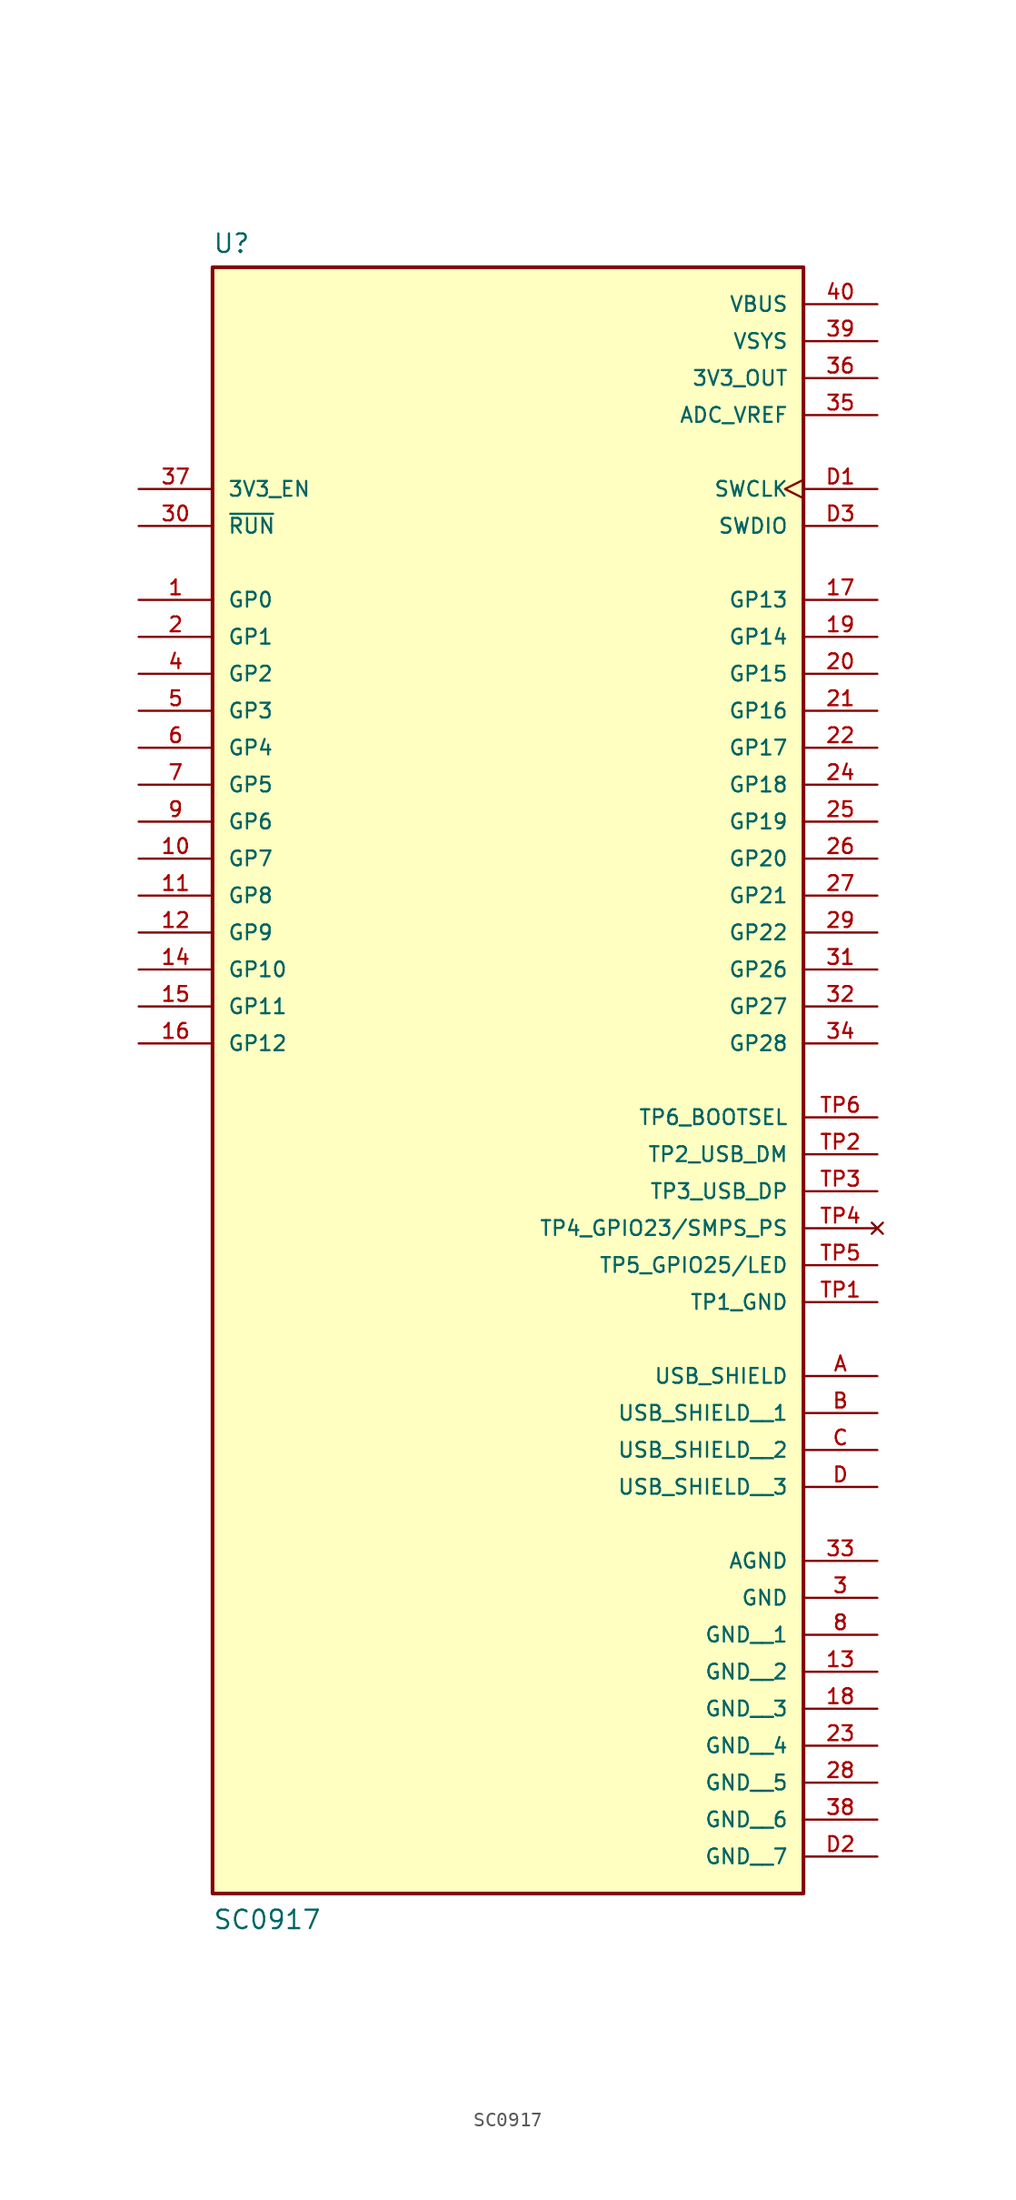
<source format=kicad_sym>
(kicad_symbol_lib
  (version 20211014)
  (generator kicad_symbol_editor)
  (symbol "SC0917"
    (pin_names
      (offset 1.016))
    (property "Reference" "U"
      (at -20.32 44.069 0)
      (effects (font (size 1.27 1.27)) (justify bottom left)))
    (property "Value" "SC0917"
      (at -20.32 -71.12 0)
      (effects (font (size 1.27 1.27)) (justify bottom left)))
    (symbol "SC0917_0_0"
      (rectangle (start -20.32 -68.58) (end 20.32 43.18) (stroke (width 0.254)) (fill (type background)))
      (pin bidirectional line (at -25.4 20.32 0) (length 5.08) (name "GP0" (effects (font (size 1.016 1.016)))) (number "1" (effects (font (size 1.016 1.016)))))
      (pin bidirectional line (at -25.4 17.78 0) (length 5.08) (name "GP1" (effects (font (size 1.016 1.016)))) (number "2" (effects (font (size 1.016 1.016)))))
      (pin power_in line (at 25.4 -48.26 180.0) (length 5.08) (name "GND" (effects (font (size 1.016 1.016)))) (number "3" (effects (font (size 1.016 1.016)))))
      (pin bidirectional line (at -25.4 15.24 0) (length 5.08) (name "GP2" (effects (font (size 1.016 1.016)))) (number "4" (effects (font (size 1.016 1.016)))))
      (pin bidirectional line (at -25.4 12.7 0) (length 5.08) (name "GP3" (effects (font (size 1.016 1.016)))) (number "5" (effects (font (size 1.016 1.016)))))
      (pin bidirectional line (at -25.4 10.16 0) (length 5.08) (name "GP4" (effects (font (size 1.016 1.016)))) (number "6" (effects (font (size 1.016 1.016)))))
      (pin bidirectional line (at -25.4 7.62 0) (length 5.08) (name "GP5" (effects (font (size 1.016 1.016)))) (number "7" (effects (font (size 1.016 1.016)))))
      (pin bidirectional line (at -25.4 5.08 0) (length 5.08) (name "GP6" (effects (font (size 1.016 1.016)))) (number "9" (effects (font (size 1.016 1.016)))))
      (pin bidirectional line (at -25.4 2.54 0) (length 5.08) (name "GP7" (effects (font (size 1.016 1.016)))) (number "10" (effects (font (size 1.016 1.016)))))
      (pin bidirectional line (at -25.4 -2.54 0) (length 5.08) (name "GP9" (effects (font (size 1.016 1.016)))) (number "12" (effects (font (size 1.016 1.016)))))
      (pin bidirectional line (at -25.4 0.0 0) (length 5.08) (name "GP8" (effects (font (size 1.016 1.016)))) (number "11" (effects (font (size 1.016 1.016)))))
      (pin bidirectional line (at -25.4 -5.08 0) (length 5.08) (name "GP10" (effects (font (size 1.016 1.016)))) (number "14" (effects (font (size 1.016 1.016)))))
      (pin bidirectional line (at -25.4 -7.62 0) (length 5.08) (name "GP11" (effects (font (size 1.016 1.016)))) (number "15" (effects (font (size 1.016 1.016)))))
      (pin bidirectional line (at -25.4 -10.16 0) (length 5.08) (name "GP12" (effects (font (size 1.016 1.016)))) (number "16" (effects (font (size 1.016 1.016)))))
      (pin bidirectional line (at 25.4 20.32 180.0) (length 5.08) (name "GP13" (effects (font (size 1.016 1.016)))) (number "17" (effects (font (size 1.016 1.016)))))
      (pin bidirectional line (at 25.4 17.78 180.0) (length 5.08) (name "GP14" (effects (font (size 1.016 1.016)))) (number "19" (effects (font (size 1.016 1.016)))))
      (pin bidirectional line (at 25.4 15.24 180.0) (length 5.08) (name "GP15" (effects (font (size 1.016 1.016)))) (number "20" (effects (font (size 1.016 1.016)))))
      (pin bidirectional line (at 25.4 12.7 180.0) (length 5.08) (name "GP16" (effects (font (size 1.016 1.016)))) (number "21" (effects (font (size 1.016 1.016)))))
      (pin bidirectional line (at 25.4 10.16 180.0) (length 5.08) (name "GP17" (effects (font (size 1.016 1.016)))) (number "22" (effects (font (size 1.016 1.016)))))
      (pin bidirectional line (at 25.4 7.62 180.0) (length 5.08) (name "GP18" (effects (font (size 1.016 1.016)))) (number "24" (effects (font (size 1.016 1.016)))))
      (pin bidirectional line (at 25.4 5.08 180.0) (length 5.08) (name "GP19" (effects (font (size 1.016 1.016)))) (number "25" (effects (font (size 1.016 1.016)))))
      (pin bidirectional line (at 25.4 2.54 180.0) (length 5.08) (name "GP20" (effects (font (size 1.016 1.016)))) (number "26" (effects (font (size 1.016 1.016)))))
      (pin bidirectional line (at 25.4 0.0 180.0) (length 5.08) (name "GP21" (effects (font (size 1.016 1.016)))) (number "27" (effects (font (size 1.016 1.016)))))
      (pin bidirectional line (at 25.4 -2.54 180.0) (length 5.08) (name "GP22" (effects (font (size 1.016 1.016)))) (number "29" (effects (font (size 1.016 1.016)))))
      (pin input line (at -25.4 25.4 0) (length 5.08) (name "~{RUN}" (effects (font (size 1.016 1.016)))) (number "30" (effects (font (size 1.016 1.016)))))
      (pin bidirectional line (at 25.4 -5.08 180.0) (length 5.08) (name "GP26" (effects (font (size 1.016 1.016)))) (number "31" (effects (font (size 1.016 1.016)))))
      (pin bidirectional line (at 25.4 -7.62 180.0) (length 5.08) (name "GP27" (effects (font (size 1.016 1.016)))) (number "32" (effects (font (size 1.016 1.016)))))
      (pin power_in line (at 25.4 -45.72 180.0) (length 5.08) (name "AGND" (effects (font (size 1.016 1.016)))) (number "33" (effects (font (size 1.016 1.016)))))
      (pin bidirectional line (at 25.4 -10.16 180.0) (length 5.08) (name "GP28" (effects (font (size 1.016 1.016)))) (number "34" (effects (font (size 1.016 1.016)))))
      (pin power_in line (at 25.4 33.02 180.0) (length 5.08) (name "ADC_VREF" (effects (font (size 1.016 1.016)))) (number "35" (effects (font (size 1.016 1.016)))))
      (pin power_in line (at 25.4 35.56 180.0) (length 5.08) (name "3V3_OUT" (effects (font (size 1.016 1.016)))) (number "36" (effects (font (size 1.016 1.016)))))
      (pin input line (at -25.4 27.94 0) (length 5.08) (name "3V3_EN" (effects (font (size 1.016 1.016)))) (number "37" (effects (font (size 1.016 1.016)))))
      (pin power_in line (at 25.4 38.1 180.0) (length 5.08) (name "VSYS" (effects (font (size 1.016 1.016)))) (number "39" (effects (font (size 1.016 1.016)))))
      (pin power_in line (at 25.4 40.64 180.0) (length 5.08) (name "VBUS" (effects (font (size 1.016 1.016)))) (number "40" (effects (font (size 1.016 1.016)))))
      (pin input clock (at 25.4 27.94 180.0) (length 5.08) (name "SWCLK" (effects (font (size 1.016 1.016)))) (number "D1" (effects (font (size 1.016 1.016)))))
      (pin bidirectional line (at 25.4 25.4 180.0) (length 5.08) (name "SWDIO" (effects (font (size 1.016 1.016)))) (number "D3" (effects (font (size 1.016 1.016)))))
      (pin power_in line (at 25.4 -27.94 180.0) (length 5.08) (name "TP1_GND" (effects (font (size 1.016 1.016)))) (number "TP1" (effects (font (size 1.016 1.016)))))
      (pin bidirectional line (at 25.4 -17.78 180.0) (length 5.08) (name "TP2_USB_DM" (effects (font (size 1.016 1.016)))) (number "TP2" (effects (font (size 1.016 1.016)))))
      (pin bidirectional line (at 25.4 -20.32 180.0) (length 5.08) (name "TP3_USB_DP" (effects (font (size 1.016 1.016)))) (number "TP3" (effects (font (size 1.016 1.016)))))
      (pin no_connect line (at 25.4 -22.86 180.0) (length 5.08) (name "TP4_GPIO23/SMPS_PS" (effects (font (size 1.016 1.016)))) (number "TP4" (effects (font (size 1.016 1.016)))))
      (pin output line (at 25.4 -25.4 180.0) (length 5.08) (name "TP5_GPIO25/LED" (effects (font (size 1.016 1.016)))) (number "TP5" (effects (font (size 1.016 1.016)))))
      (pin input line (at 25.4 -15.24 180.0) (length 5.08) (name "TP6_BOOTSEL" (effects (font (size 1.016 1.016)))) (number "TP6" (effects (font (size 1.016 1.016)))))
      (pin power_in line (at 25.4 -33.02 180.0) (length 5.08) (name "USB_SHIELD" (effects (font (size 1.016 1.016)))) (number "A" (effects (font (size 1.016 1.016)))))
      (pin power_in line (at 25.4 -35.56 180.0) (length 5.08) (name "USB_SHIELD__1" (effects (font (size 1.016 1.016)))) (number "B" (effects (font (size 1.016 1.016)))))
      (pin power_in line (at 25.4 -38.1 180.0) (length 5.08) (name "USB_SHIELD__2" (effects (font (size 1.016 1.016)))) (number "C" (effects (font (size 1.016 1.016)))))
      (pin power_in line (at 25.4 -40.64 180.0) (length 5.08) (name "USB_SHIELD__3" (effects (font (size 1.016 1.016)))) (number "D" (effects (font (size 1.016 1.016)))))
      (pin power_in line (at 25.4 -50.8 180.0) (length 5.08) (name "GND__1" (effects (font (size 1.016 1.016)))) (number "8" (effects (font (size 1.016 1.016)))))
      (pin power_in line (at 25.4 -53.34 180.0) (length 5.08) (name "GND__2" (effects (font (size 1.016 1.016)))) (number "13" (effects (font (size 1.016 1.016)))))
      (pin power_in line (at 25.4 -55.88 180.0) (length 5.08) (name "GND__3" (effects (font (size 1.016 1.016)))) (number "18" (effects (font (size 1.016 1.016)))))
      (pin power_in line (at 25.4 -58.42 180.0) (length 5.08) (name "GND__4" (effects (font (size 1.016 1.016)))) (number "23" (effects (font (size 1.016 1.016)))))
      (pin power_in line (at 25.4 -60.96 180.0) (length 5.08) (name "GND__5" (effects (font (size 1.016 1.016)))) (number "28" (effects (font (size 1.016 1.016)))))
      (pin power_in line (at 25.4 -63.5 180.0) (length 5.08) (name "GND__6" (effects (font (size 1.016 1.016)))) (number "38" (effects (font (size 1.016 1.016)))))
      (pin power_in line (at 25.4 -66.04 180.0) (length 5.08) (name "GND__7" (effects (font (size 1.016 1.016)))) (number "D2" (effects (font (size 1.016 1.016))))))))
</source>
